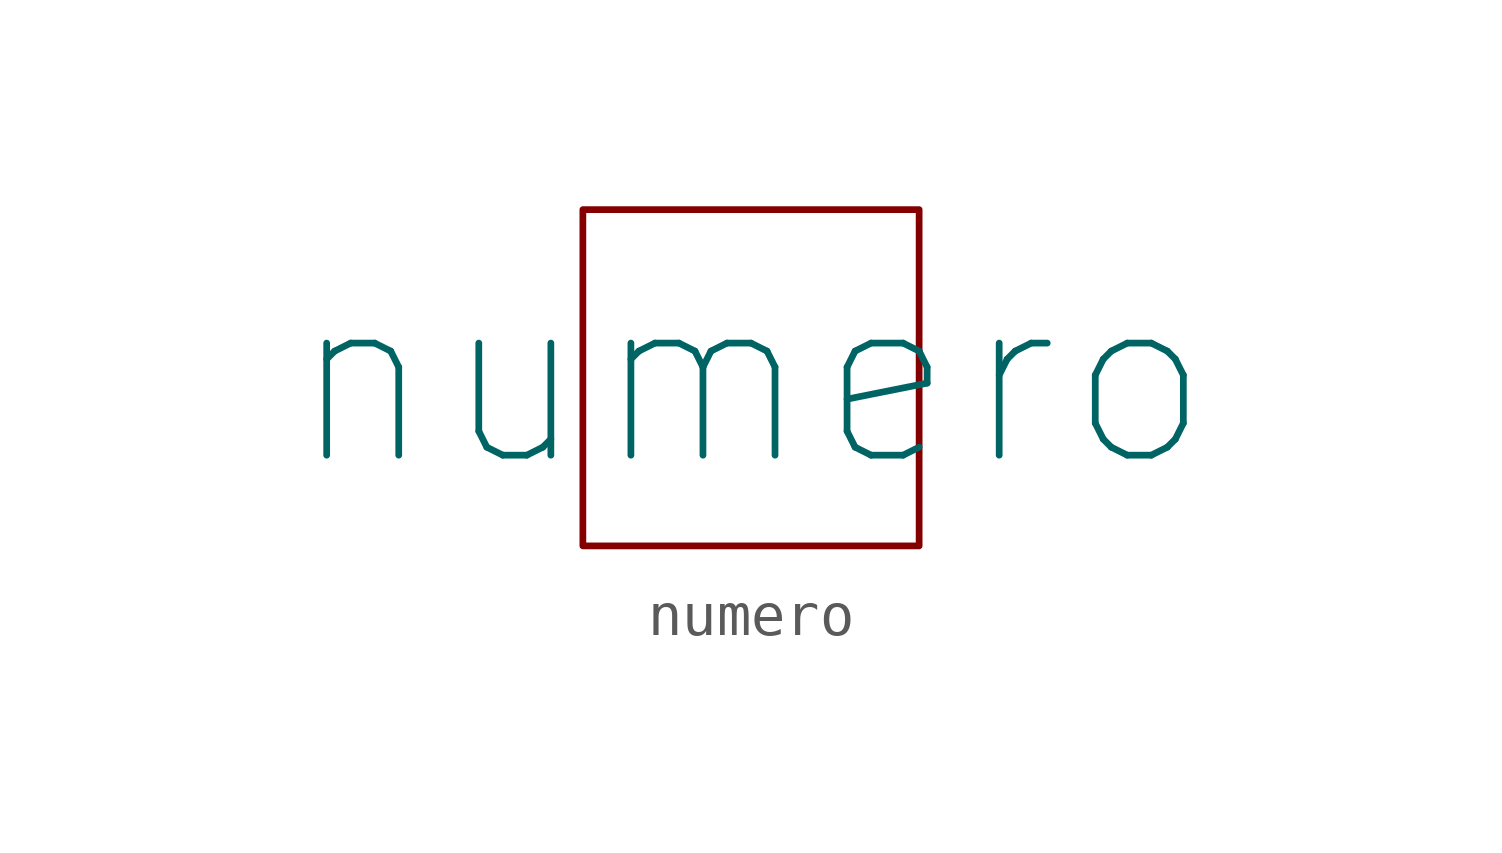
<source format=kicad_sym>
(kicad_symbol_lib
  (version 20220914)
  (generator kicad_symbol_editor)
  (symbol "numero"
    (pin_names
      (offset 1.016))
    (property "Reference" "N"
      (at -2.54 -5.08 0)
      (effects (font (size 2.54 2.54)) (justify left) hide))
    (property "Value" "numero"
      (at 0 0 0)
      (effects (font (size 3.81 3.81))))
    (symbol "numero_0_1"
      (rectangle (start -3.81 3.81) (end 3.81 -3.81) (stroke (width 0) (type default)) (fill (type none))))))
</source>
